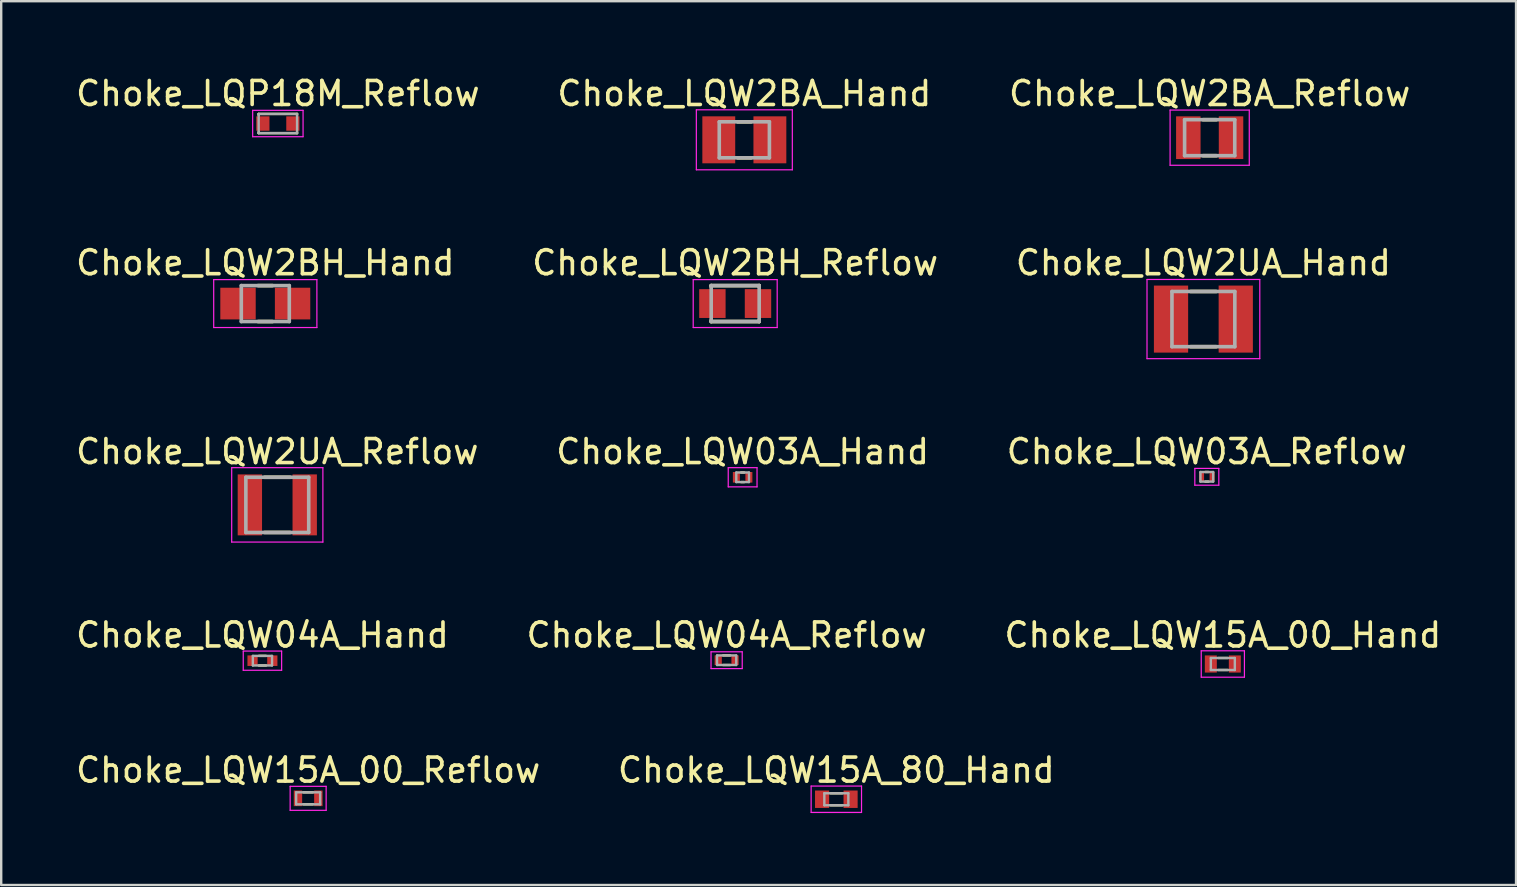
<source format=kicad_pcb>
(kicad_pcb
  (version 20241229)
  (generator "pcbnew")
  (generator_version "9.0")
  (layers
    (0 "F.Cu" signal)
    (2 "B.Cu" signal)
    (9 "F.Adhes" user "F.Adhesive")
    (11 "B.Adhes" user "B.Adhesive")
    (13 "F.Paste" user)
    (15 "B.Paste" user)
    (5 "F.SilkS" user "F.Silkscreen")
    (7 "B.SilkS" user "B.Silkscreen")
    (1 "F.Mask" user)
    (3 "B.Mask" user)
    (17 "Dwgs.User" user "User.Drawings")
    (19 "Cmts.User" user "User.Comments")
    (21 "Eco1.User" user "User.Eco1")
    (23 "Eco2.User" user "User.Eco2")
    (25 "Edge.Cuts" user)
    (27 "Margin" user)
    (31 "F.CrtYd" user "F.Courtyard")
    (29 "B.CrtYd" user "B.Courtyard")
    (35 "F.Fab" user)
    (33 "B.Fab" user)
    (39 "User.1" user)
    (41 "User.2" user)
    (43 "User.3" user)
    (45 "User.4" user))
  (footprint "Choke_LQW2UA_Reflow"
    (layer "F.Cu")
    (at 8.506 17.991)
    (property "Reference" "Choke_LQW2UA_Reflow" (at 0 -2.22 0) (layer "F.SilkS") (effects (font (size 1 1) (thickness 0.15))))
    (attr smd)
    (fp_line (start -0.535 -1.15) (end 0.535 -1.15) (stroke (width 0.15) (type solid)) (layer "F.SilkS"))
    (fp_line (start -0.535 1.15) (end 0.535 1.15) (stroke (width 0.15) (type solid)) (layer "F.SilkS"))
    (fp_line (start -1.9 -1.55) (end -1.9 1.55) (stroke (width 0.05) (type solid)) (layer "F.CrtYd"))
    (fp_line (start -1.9 -1.55) (end 1.9 -1.55) (stroke (width 0.05) (type solid)) (layer "F.CrtYd"))
    (fp_line (start -1.9 1.55) (end 1.9 1.55) (stroke (width 0.05) (type solid)) (layer "F.CrtYd"))
    (fp_line (start 1.9 -1.55) (end 1.9 1.55) (stroke (width 0.05) (type solid)) (layer "F.CrtYd"))
    (fp_line (start -1.31 -1.15) (end -1.31 1.15) (stroke (width 0.15) (type solid)) (layer "F.Fab"))
    (fp_line (start -1.31 -1.15) (end 1.31 -1.15) (stroke (width 0.15) (type solid)) (layer "F.Fab"))
    (fp_line (start -1.31 1.15) (end 1.31 1.15) (stroke (width 0.15) (type solid)) (layer "F.Fab"))
    (fp_line (start 1.31 -1.15) (end 1.31 1.15) (stroke (width 0.15) (type solid)) (layer "F.Fab"))
    (pad "1" smd rect (at -1.143 0) (size 1.015 2.54) (layers "F.Cu" "F.Mask" "F.Paste"))
    (pad "2" smd rect (at 1.143 0) (size 1.015 2.54) (layers "F.Cu" "F.Mask" "F.Paste")))
  (footprint "Choke_LQW04A_Reflow"
    (layer "F.Cu")
    (at 27.232 24.464)
    (property "Reference" "Choke_LQW04A_Reflow" (at 0 -1.05 0) (layer "F.SilkS") (effects (font (size 1 1) (thickness 0.15))))
    (attr smd)
    (fp_line (start -0.15 -0.2) (end 0.15 -0.2) (stroke (width 0.1) (type solid)) (layer "F.SilkS"))
    (fp_line (start -0.15 0.2) (end 0.15 0.2) (stroke (width 0.1) (type solid)) (layer "F.SilkS"))
    (fp_line (start -0.65 -0.35) (end -0.65 0.35) (stroke (width 0.05) (type solid)) (layer "F.CrtYd"))
    (fp_line (start -0.65 -0.35) (end 0.65 -0.35) (stroke (width 0.05) (type solid)) (layer "F.CrtYd"))
    (fp_line (start -0.65 0.35) (end 0.65 0.35) (stroke (width 0.05) (type solid)) (layer "F.CrtYd"))
    (fp_line (start 0.65 -0.35) (end 0.65 0.35) (stroke (width 0.05) (type solid)) (layer "F.CrtYd"))
    (fp_line (start -0.4 -0.2) (end -0.4 0.2) (stroke (width 0.1) (type solid)) (layer "F.Fab"))
    (fp_line (start -0.4 -0.2) (end 0.4 -0.2) (stroke (width 0.1) (type solid)) (layer "F.Fab"))
    (fp_line (start -0.4 0.2) (end 0.4 0.2) (stroke (width 0.1) (type solid)) (layer "F.Fab"))
    (fp_line (start 0.4 -0.2) (end 0.4 0.2) (stroke (width 0.1) (type solid)) (layer "F.Fab"))
    (pad "1" smd rect (at -0.35 0) (size 0.3 0.4) (layers "F.Cu" "F.Mask" "F.Paste"))
    (pad "2" smd rect (at 0.35 0) (size 0.3 0.4) (layers "F.Cu" "F.Mask" "F.Paste")))
  (footprint "Choke_LQW2BA_Reflow"
    (layer "F.Cu")
    (at 47.363 2.688)
    (property "Reference" "Choke_LQW2BA_Reflow" (at 0 -1.84 0) (layer "F.SilkS") (effects (font (size 1 1) (thickness 0.15))))
    (attr smd)
    (fp_line (start -0.28 -0.75) (end 0.28 -0.75) (stroke (width 0.15) (type solid)) (layer "F.SilkS"))
    (fp_line (start -0.28 0.75) (end 0.28 0.75) (stroke (width 0.15) (type solid)) (layer "F.SilkS"))
    (fp_line (start -1.65 -1.15) (end -1.65 1.15) (stroke (width 0.05) (type solid)) (layer "F.CrtYd"))
    (fp_line (start -1.65 -1.15) (end 1.65 -1.15) (stroke (width 0.05) (type solid)) (layer "F.CrtYd"))
    (fp_line (start -1.65 1.15) (end 1.65 1.15) (stroke (width 0.05) (type solid)) (layer "F.CrtYd"))
    (fp_line (start 1.65 -1.15) (end 1.65 1.15) (stroke (width 0.05) (type solid)) (layer "F.CrtYd"))
    (fp_line (start -1.045 -0.75) (end -1.045 0.75) (stroke (width 0.15) (type solid)) (layer "F.Fab"))
    (fp_line (start -1.045 -0.75) (end 1.045 -0.75) (stroke (width 0.15) (type solid)) (layer "F.Fab"))
    (fp_line (start -1.045 0.75) (end 1.045 0.75) (stroke (width 0.15) (type solid)) (layer "F.Fab"))
    (fp_line (start 1.045 -0.75) (end 1.045 0.75) (stroke (width 0.15) (type solid)) (layer "F.Fab"))
    (pad "1" smd rect (at -0.89 0) (size 1.02 1.78) (layers "F.Cu" "F.Mask" "F.Paste"))
    (pad "2" smd rect (at 0.89 0) (size 1.02 1.78) (layers "F.Cu" "F.Mask" "F.Paste")))
  (footprint "Choke_LQW03A_Reflow"
    (layer "F.Cu")
    (at 47.244 16.821)
    (property "Reference" "Choke_LQW03A_Reflow" (at 0 -1.05 0) (layer "F.SilkS") (effects (font (size 1 1) (thickness 0.15))))
    (attr smd)
    (fp_line (start -0.065 -0.2) (end 0.065 -0.2) (stroke (width 0.1) (type solid)) (layer "F.SilkS"))
    (fp_line (start -0.065 0.2) (end 0.065 0.2) (stroke (width 0.1) (type solid)) (layer "F.SilkS"))
    (fp_line (start -0.5 -0.35) (end -0.5 0.35) (stroke (width 0.05) (type solid)) (layer "F.CrtYd"))
    (fp_line (start -0.5 -0.35) (end 0.5 -0.35) (stroke (width 0.05) (type solid)) (layer "F.CrtYd"))
    (fp_line (start -0.5 0.35) (end 0.5 0.35) (stroke (width 0.05) (type solid)) (layer "F.CrtYd"))
    (fp_line (start 0.5 -0.35) (end 0.5 0.35) (stroke (width 0.05) (type solid)) (layer "F.CrtYd"))
    (fp_line (start -0.265 -0.2) (end -0.265 0.2) (stroke (width 0.1) (type solid)) (layer "F.Fab"))
    (fp_line (start -0.265 -0.2) (end 0.265 -0.2) (stroke (width 0.1) (type solid)) (layer "F.Fab"))
    (fp_line (start -0.265 0.2) (end 0.265 0.2) (stroke (width 0.1) (type solid)) (layer "F.Fab"))
    (fp_line (start 0.265 -0.2) (end 0.265 0.2) (stroke (width 0.1) (type solid)) (layer "F.Fab"))
    (pad "1" smd rect (at -0.22 0) (size 0.21 0.4) (layers "F.Cu" "F.Mask" "F.Paste"))
    (pad "2" smd rect (at 0.22 0) (size 0.21 0.4) (layers "F.Cu" "F.Mask" "F.Paste")))
  (footprint "Choke_LQW15A_80_Hand"
    (layer "F.Cu")
    (at 31.804 30.258)
    (property "Reference" "Choke_LQW15A_80_Hand" (at 0 -1.213 0) (layer "F.SilkS") (effects (font (size 1 1) (thickness 0.15))))
    (attr smd)
    (fp_line (start -0.25 -0.25) (end 0.25 -0.25) (stroke (width 0.1) (type solid)) (layer "F.SilkS"))
    (fp_line (start -0.25 0.25) (end 0.25 0.25) (stroke (width 0.1) (type solid)) (layer "F.SilkS"))
    (fp_line (start -1.05 -0.55) (end -1.05 0.55) (stroke (width 0.05) (type solid)) (layer "F.CrtYd"))
    (fp_line (start -1.05 -0.55) (end 1.05 -0.55) (stroke (width 0.05) (type solid)) (layer "F.CrtYd"))
    (fp_line (start -1.05 0.55) (end 1.05 0.55) (stroke (width 0.05) (type solid)) (layer "F.CrtYd"))
    (fp_line (start 1.05 -0.55) (end 1.05 0.55) (stroke (width 0.05) (type solid)) (layer "F.CrtYd"))
    (fp_line (start -0.5 -0.25) (end -0.5 0.25) (stroke (width 0.1) (type solid)) (layer "F.Fab"))
    (fp_line (start -0.5 -0.25) (end 0.5 -0.25) (stroke (width 0.1) (type solid)) (layer "F.Fab"))
    (fp_line (start -0.5 0.25) (end 0.5 0.25) (stroke (width 0.1) (type solid)) (layer "F.Fab"))
    (fp_line (start 0.5 -0.25) (end 0.5 0.25) (stroke (width 0.1) (type solid)) (layer "F.Fab"))
    (pad "1" smd rect (at -0.594 0) (size 0.588 0.726) (layers "F.Cu" "F.Mask" "F.Paste"))
    (pad "2" smd rect (at 0.594 0) (size 0.588 0.726) (layers "F.Cu" "F.Mask" "F.Paste")))
  (footprint "Choke_LQP18M_Reflow"
    (layer "F.Cu")
    (at 8.53 2.098)
    (property "Reference" "Choke_LQP18M_Reflow" (at 0 -1.25 0) (layer "F.SilkS") (effects (font (size 1 1) (thickness 0.15))))
    (attr smd)
    (fp_line (start -0.8 -0.4) (end -0.8 -0.35) (stroke (width 0.1) (type solid)) (layer "F.SilkS"))
    (fp_line (start -0.8 -0.4) (end 0.8 -0.4) (stroke (width 0.1) (type solid)) (layer "F.SilkS"))
    (fp_line (start -0.8 0.35) (end -0.8 0.4) (stroke (width 0.1) (type solid)) (layer "F.SilkS"))
    (fp_line (start -0.8 0.4) (end 0.8 0.4) (stroke (width 0.1) (type solid)) (layer "F.SilkS"))
    (fp_line (start 0.8 -0.4) (end 0.8 -0.35) (stroke (width 0.1) (type solid)) (layer "F.SilkS"))
    (fp_line (start 0.8 0.35) (end 0.8 0.4) (stroke (width 0.1) (type solid)) (layer "F.SilkS"))
    (fp_line (start -1.05 -0.55) (end -1.05 0.55) (stroke (width 0.05) (type solid)) (layer "F.CrtYd"))
    (fp_line (start -1.05 -0.55) (end 1.05 -0.55) (stroke (width 0.05) (type solid)) (layer "F.CrtYd"))
    (fp_line (start -1.05 0.55) (end 1.05 0.55) (stroke (width 0.05) (type solid)) (layer "F.CrtYd"))
    (fp_line (start 1.05 -0.55) (end 1.05 0.55) (stroke (width 0.05) (type solid)) (layer "F.CrtYd"))
    (fp_line (start -0.8 -0.4) (end -0.8 0.4) (stroke (width 0.1) (type solid)) (layer "F.Fab"))
    (fp_line (start -0.8 -0.4) (end 0.8 -0.4) (stroke (width 0.1) (type solid)) (layer "F.Fab"))
    (fp_line (start -0.8 0.4) (end 0.8 0.4) (stroke (width 0.1) (type solid)) (layer "F.Fab"))
    (fp_line (start 0.8 -0.4) (end 0.8 0.4) (stroke (width 0.1) (type solid)) (layer "F.Fab"))
    (pad "1" smd rect (at -0.625 0) (size 0.55 0.6) (layers "F.Cu" "F.Mask" "F.Paste"))
    (pad "2" smd rect (at 0.625 0) (size 0.55 0.6) (layers "F.Cu" "F.Mask" "F.Paste")))
  (footprint "Choke_LQW15A_00_Reflow"
    (layer "F.Cu")
    (at 9.792 30.22)
    (property "Reference" "Choke_LQW15A_00_Reflow" (at 0 -1.175 0) (layer "F.SilkS") (effects (font (size 1 1) (thickness 0.15))))
    (attr smd)
    (fp_line (start -0.2 -0.25) (end 0.2 -0.25) (stroke (width 0.1) (type solid)) (layer "F.SilkS"))
    (fp_line (start -0.2 0.25) (end 0.2 0.25) (stroke (width 0.1) (type solid)) (layer "F.SilkS"))
    (fp_line (start -0.75 -0.5) (end -0.75 0.5) (stroke (width 0.05) (type solid)) (layer "F.CrtYd"))
    (fp_line (start -0.75 -0.5) (end 0.75 -0.5) (stroke (width 0.05) (type solid)) (layer "F.CrtYd"))
    (fp_line (start -0.75 0.5) (end 0.75 0.5) (stroke (width 0.05) (type solid)) (layer "F.CrtYd"))
    (fp_line (start 0.75 -0.5) (end 0.75 0.5) (stroke (width 0.05) (type solid)) (layer "F.CrtYd"))
    (fp_line (start -0.5 -0.25) (end -0.5 0.25) (stroke (width 0.1) (type solid)) (layer "F.Fab"))
    (fp_line (start -0.5 -0.25) (end 0.5 -0.25) (stroke (width 0.1) (type solid)) (layer "F.Fab"))
    (fp_line (start -0.5 0.25) (end 0.5 0.25) (stroke (width 0.1) (type solid)) (layer "F.Fab"))
    (fp_line (start 0.5 -0.25) (end 0.5 0.25) (stroke (width 0.1) (type solid)) (layer "F.Fab"))
    (pad "1" smd rect (at -0.425 0) (size 0.35 0.65) (layers "F.Cu" "F.Mask" "F.Paste"))
    (pad "2" smd rect (at 0.425 0) (size 0.35 0.65) (layers "F.Cu" "F.Mask" "F.Paste")))
  (footprint "Choke_LQW15A_00_Hand"
    (layer "F.Cu")
    (at 47.911 24.622)
    (property "Reference" "Choke_LQW15A_00_Hand" (at 0 -1.208 0) (layer "F.SilkS") (effects (font (size 1 1) (thickness 0.15))))
    (attr smd)
    (fp_line (start -0.2 -0.25) (end 0.2 -0.25) (stroke (width 0.1) (type solid)) (layer "F.SilkS"))
    (fp_line (start -0.2 0.25) (end 0.2 0.25) (stroke (width 0.1) (type solid)) (layer "F.SilkS"))
    (fp_line (start -0.9 -0.55) (end -0.9 0.55) (stroke (width 0.05) (type solid)) (layer "F.CrtYd"))
    (fp_line (start -0.9 -0.55) (end 0.9 -0.55) (stroke (width 0.05) (type solid)) (layer "F.CrtYd"))
    (fp_line (start -0.9 0.55) (end 0.9 0.55) (stroke (width 0.05) (type solid)) (layer "F.CrtYd"))
    (fp_line (start 0.9 -0.55) (end 0.9 0.55) (stroke (width 0.05) (type solid)) (layer "F.CrtYd"))
    (fp_line (start -0.5 -0.25) (end -0.5 0.25) (stroke (width 0.1) (type solid)) (layer "F.Fab"))
    (fp_line (start -0.5 -0.25) (end 0.5 -0.25) (stroke (width 0.1) (type solid)) (layer "F.Fab"))
    (fp_line (start -0.5 0.25) (end 0.5 0.25) (stroke (width 0.1) (type solid)) (layer "F.Fab"))
    (fp_line (start 0.5 -0.25) (end 0.5 0.25) (stroke (width 0.1) (type solid)) (layer "F.Fab"))
    (pad "1" smd rect (at -0.5 0) (size 0.5 0.715) (layers "F.Cu" "F.Mask" "F.Paste"))
    (pad "2" smd rect (at 0.5 0) (size 0.5 0.715) (layers "F.Cu" "F.Mask" "F.Paste")))
  (footprint "Choke_LQW2UA_Hand"
    (layer "F.Cu")
    (at 47.101 10.248)
    (property "Reference" "Choke_LQW2UA_Hand" (at 0 -2.347 0) (layer "F.SilkS") (effects (font (size 1 1) (thickness 0.15))))
    (attr smd)
    (fp_line (start -0.535 -1.15) (end 0.535 -1.15) (stroke (width 0.15) (type solid)) (layer "F.SilkS"))
    (fp_line (start -0.535 1.15) (end 0.535 1.15) (stroke (width 0.15) (type solid)) (layer "F.SilkS"))
    (fp_line (start -2.35 -1.65) (end -2.35 1.65) (stroke (width 0.05) (type solid)) (layer "F.CrtYd"))
    (fp_line (start -2.35 -1.65) (end 2.35 -1.65) (stroke (width 0.05) (type solid)) (layer "F.CrtYd"))
    (fp_line (start -2.35 1.65) (end 2.35 1.65) (stroke (width 0.05) (type solid)) (layer "F.CrtYd"))
    (fp_line (start 2.35 -1.65) (end 2.35 1.65) (stroke (width 0.05) (type solid)) (layer "F.CrtYd"))
    (fp_line (start -1.31 -1.15) (end -1.31 1.15) (stroke (width 0.15) (type solid)) (layer "F.Fab"))
    (fp_line (start -1.31 -1.15) (end 1.31 -1.15) (stroke (width 0.15) (type solid)) (layer "F.Fab"))
    (fp_line (start -1.31 1.15) (end 1.31 1.15) (stroke (width 0.15) (type solid)) (layer "F.Fab"))
    (fp_line (start 1.31 -1.15) (end 1.31 1.15) (stroke (width 0.15) (type solid)) (layer "F.Fab"))
    (pad "1" smd rect (at -1.349 0) (size 1.427 2.794) (layers "F.Cu" "F.Mask" "F.Paste"))
    (pad "2" smd rect (at 1.349 0) (size 1.427 2.794) (layers "F.Cu" "F.Mask" "F.Paste")))
  (footprint "Choke_LQW03A_Hand"
    (layer "F.Cu")
    (at 27.899 16.841)
    (property "Reference" "Choke_LQW03A_Hand" (at 0 -1.07 0) (layer "F.SilkS") (effects (font (size 1 1) (thickness 0.15))))
    (attr smd)
    (fp_line (start -0.065 -0.2) (end 0.065 -0.2) (stroke (width 0.1) (type solid)) (layer "F.SilkS"))
    (fp_line (start -0.065 0.2) (end 0.065 0.2) (stroke (width 0.1) (type solid)) (layer "F.SilkS"))
    (fp_line (start -0.6 -0.4) (end -0.6 0.4) (stroke (width 0.05) (type solid)) (layer "F.CrtYd"))
    (fp_line (start -0.6 -0.4) (end 0.6 -0.4) (stroke (width 0.05) (type solid)) (layer "F.CrtYd"))
    (fp_line (start -0.6 0.4) (end 0.6 0.4) (stroke (width 0.05) (type solid)) (layer "F.CrtYd"))
    (fp_line (start 0.6 -0.4) (end 0.6 0.4) (stroke (width 0.05) (type solid)) (layer "F.CrtYd"))
    (fp_line (start -0.265 -0.2) (end -0.265 0.2) (stroke (width 0.1) (type solid)) (layer "F.Fab"))
    (fp_line (start -0.265 -0.2) (end 0.265 -0.2) (stroke (width 0.1) (type solid)) (layer "F.Fab"))
    (fp_line (start -0.265 0.2) (end 0.265 0.2) (stroke (width 0.1) (type solid)) (layer "F.Fab"))
    (fp_line (start 0.265 -0.2) (end 0.265 0.2) (stroke (width 0.1) (type solid)) (layer "F.Fab"))
    (pad "1" smd rect (at -0.261 0) (size 0.291 0.44) (layers "F.Cu" "F.Mask" "F.Paste"))
    (pad "2" smd rect (at 0.261 0) (size 0.291 0.44) (layers "F.Cu" "F.Mask" "F.Paste")))
  (footprint "Choke_LQW2BH_Hand"
    (layer "F.Cu")
    (at 8.006 9.601)
    (property "Reference" "Choke_LQW2BH_Hand" (at 0 -1.7 0) (layer "F.SilkS") (effects (font (size 1 1) (thickness 0.15))))
    (attr smd)
    (fp_line (start -0.3 -0.75) (end 0.3 -0.75) (stroke (width 0.15) (type solid)) (layer "F.SilkS"))
    (fp_line (start -0.3 0.75) (end 0.3 0.75) (stroke (width 0.15) (type solid)) (layer "F.SilkS"))
    (fp_line (start -2.15 -1) (end -2.15 1) (stroke (width 0.05) (type solid)) (layer "F.CrtYd"))
    (fp_line (start -2.15 -1) (end 2.15 -1) (stroke (width 0.05) (type solid)) (layer "F.CrtYd"))
    (fp_line (start -2.15 1) (end 2.15 1) (stroke (width 0.05) (type solid)) (layer "F.CrtYd"))
    (fp_line (start 2.15 -1) (end 2.15 1) (stroke (width 0.05) (type solid)) (layer "F.CrtYd"))
    (fp_line (start -1 -0.75) (end -1 0.75) (stroke (width 0.15) (type solid)) (layer "F.Fab"))
    (fp_line (start -1 -0.75) (end 1 -0.75) (stroke (width 0.15) (type solid)) (layer "F.Fab"))
    (fp_line (start -1 0.75) (end 1 0.75) (stroke (width 0.15) (type solid)) (layer "F.Fab"))
    (fp_line (start 1 -0.75) (end 1 0.75) (stroke (width 0.15) (type solid)) (layer "F.Fab"))
    (pad "1" smd rect (at -1.137 0) (size 1.475 1.32) (layers "F.Cu" "F.Mask" "F.Paste"))
    (pad "2" smd rect (at 1.137 0) (size 1.475 1.32) (layers "F.Cu" "F.Mask" "F.Paste")))
  (footprint "Choke_LQW2BA_Hand"
    (layer "F.Cu")
    (at 27.97 2.777)
    (property "Reference" "Choke_LQW2BA_Hand" (at 0 -1.929 0) (layer "F.SilkS") (effects (font (size 1 1) (thickness 0.15))))
    (attr smd)
    (fp_line (start -0.28 -0.75) (end 0.28 -0.75) (stroke (width 0.15) (type solid)) (layer "F.SilkS"))
    (fp_line (start -0.28 0.75) (end 0.28 0.75) (stroke (width 0.15) (type solid)) (layer "F.SilkS"))
    (fp_line (start -2 -1.25) (end -2 1.25) (stroke (width 0.05) (type solid)) (layer "F.CrtYd"))
    (fp_line (start -2 -1.25) (end 2 -1.25) (stroke (width 0.05) (type solid)) (layer "F.CrtYd"))
    (fp_line (start -2 1.25) (end 2 1.25) (stroke (width 0.05) (type solid)) (layer "F.CrtYd"))
    (fp_line (start 2 -1.25) (end 2 1.25) (stroke (width 0.05) (type solid)) (layer "F.CrtYd"))
    (fp_line (start -1.045 -0.75) (end -1.045 0.75) (stroke (width 0.15) (type solid)) (layer "F.Fab"))
    (fp_line (start -1.045 -0.75) (end 1.045 -0.75) (stroke (width 0.15) (type solid)) (layer "F.Fab"))
    (fp_line (start -1.045 0.75) (end 1.045 0.75) (stroke (width 0.15) (type solid)) (layer "F.Fab"))
    (fp_line (start 1.045 -0.75) (end 1.045 0.75) (stroke (width 0.15) (type solid)) (layer "F.Fab"))
    (pad "1" smd rect (at -1.065 0) (size 1.37 1.958) (layers "F.Cu" "F.Mask" "F.Paste"))
    (pad "2" smd rect (at 1.065 0) (size 1.37 1.958) (layers "F.Cu" "F.Mask" "F.Paste")))
  (footprint "Choke_LQW2BH_Reflow"
    (layer "F.Cu")
    (at 27.589 9.601)
    (property "Reference" "Choke_LQW2BH_Reflow" (at 0 -1.7 0) (layer "F.SilkS") (effects (font (size 1 1) (thickness 0.15))))
    (attr smd)
    (fp_line (start -1 -0.75) (end -1 -0.7) (stroke (width 0.15) (type solid)) (layer "F.SilkS"))
    (fp_line (start -1 -0.75) (end 1 -0.75) (stroke (width 0.15) (type solid)) (layer "F.SilkS"))
    (fp_line (start -1 0.7) (end -1 0.75) (stroke (width 0.15) (type solid)) (layer "F.SilkS"))
    (fp_line (start -1 0.75) (end 1 0.75) (stroke (width 0.15) (type solid)) (layer "F.SilkS"))
    (fp_line (start 1 -0.75) (end 1 -0.7) (stroke (width 0.15) (type solid)) (layer "F.SilkS"))
    (fp_line (start 1 0.7) (end 1 0.75) (stroke (width 0.15) (type solid)) (layer "F.SilkS"))
    (fp_line (start -1.75 -1) (end -1.75 1) (stroke (width 0.05) (type solid)) (layer "F.CrtYd"))
    (fp_line (start -1.75 -1) (end 1.75 -1) (stroke (width 0.05) (type solid)) (layer "F.CrtYd"))
    (fp_line (start -1.75 1) (end 1.75 1) (stroke (width 0.05) (type solid)) (layer "F.CrtYd"))
    (fp_line (start 1.75 -1) (end 1.75 1) (stroke (width 0.05) (type solid)) (layer "F.CrtYd"))
    (fp_line (start -1 -0.75) (end -1 0.75) (stroke (width 0.15) (type solid)) (layer "F.Fab"))
    (fp_line (start -1 -0.75) (end 1 -0.75) (stroke (width 0.15) (type solid)) (layer "F.Fab"))
    (fp_line (start -1 0.75) (end 1 0.75) (stroke (width 0.15) (type solid)) (layer "F.Fab"))
    (fp_line (start 1 -0.75) (end 1 0.75) (stroke (width 0.15) (type solid)) (layer "F.Fab"))
    (pad "1" smd rect (at -0.95 0) (size 1.1 1.2) (layers "F.Cu" "F.Mask" "F.Paste"))
    (pad "2" smd rect (at 0.95 0) (size 1.1 1.2) (layers "F.Cu" "F.Mask" "F.Paste")))
  (footprint "Choke_LQW04A_Hand"
    (layer "F.Cu")
    (at 7.887 24.484)
    (property "Reference" "Choke_LQW04A_Hand" (at 0 -1.07 0) (layer "F.SilkS") (effects (font (size 1 1) (thickness 0.15))))
    (attr smd)
    (fp_line (start -0.15 -0.2) (end 0.15 -0.2) (stroke (width 0.1) (type solid)) (layer "F.SilkS"))
    (fp_line (start -0.15 0.2) (end 0.15 0.2) (stroke (width 0.1) (type solid)) (layer "F.SilkS"))
    (fp_line (start -0.8 -0.4) (end -0.8 0.4) (stroke (width 0.05) (type solid)) (layer "F.CrtYd"))
    (fp_line (start -0.8 -0.4) (end 0.8 -0.4) (stroke (width 0.05) (type solid)) (layer "F.CrtYd"))
    (fp_line (start -0.8 0.4) (end 0.8 0.4) (stroke (width 0.05) (type solid)) (layer "F.CrtYd"))
    (fp_line (start 0.8 -0.4) (end 0.8 0.4) (stroke (width 0.05) (type solid)) (layer "F.CrtYd"))
    (fp_line (start -0.4 -0.2) (end -0.4 0.2) (stroke (width 0.1) (type solid)) (layer "F.Fab"))
    (fp_line (start -0.4 -0.2) (end 0.4 -0.2) (stroke (width 0.1) (type solid)) (layer "F.Fab"))
    (fp_line (start -0.4 0.2) (end 0.4 0.2) (stroke (width 0.1) (type solid)) (layer "F.Fab"))
    (fp_line (start 0.4 -0.2) (end 0.4 0.2) (stroke (width 0.1) (type solid)) (layer "F.Fab"))
    (pad "1" smd rect (at -0.412 0) (size 0.425 0.44) (layers "F.Cu" "F.Mask" "F.Paste"))
    (pad "2" smd rect (at 0.412 0) (size 0.425 0.44) (layers "F.Cu" "F.Mask" "F.Paste")))
  (gr_rect
    (start -3 -3)
    (end 60.131 33.833)
    (stroke (width 0.1) (type default))
    (fill no)
    (layer "Edge.Cuts")))
</source>
